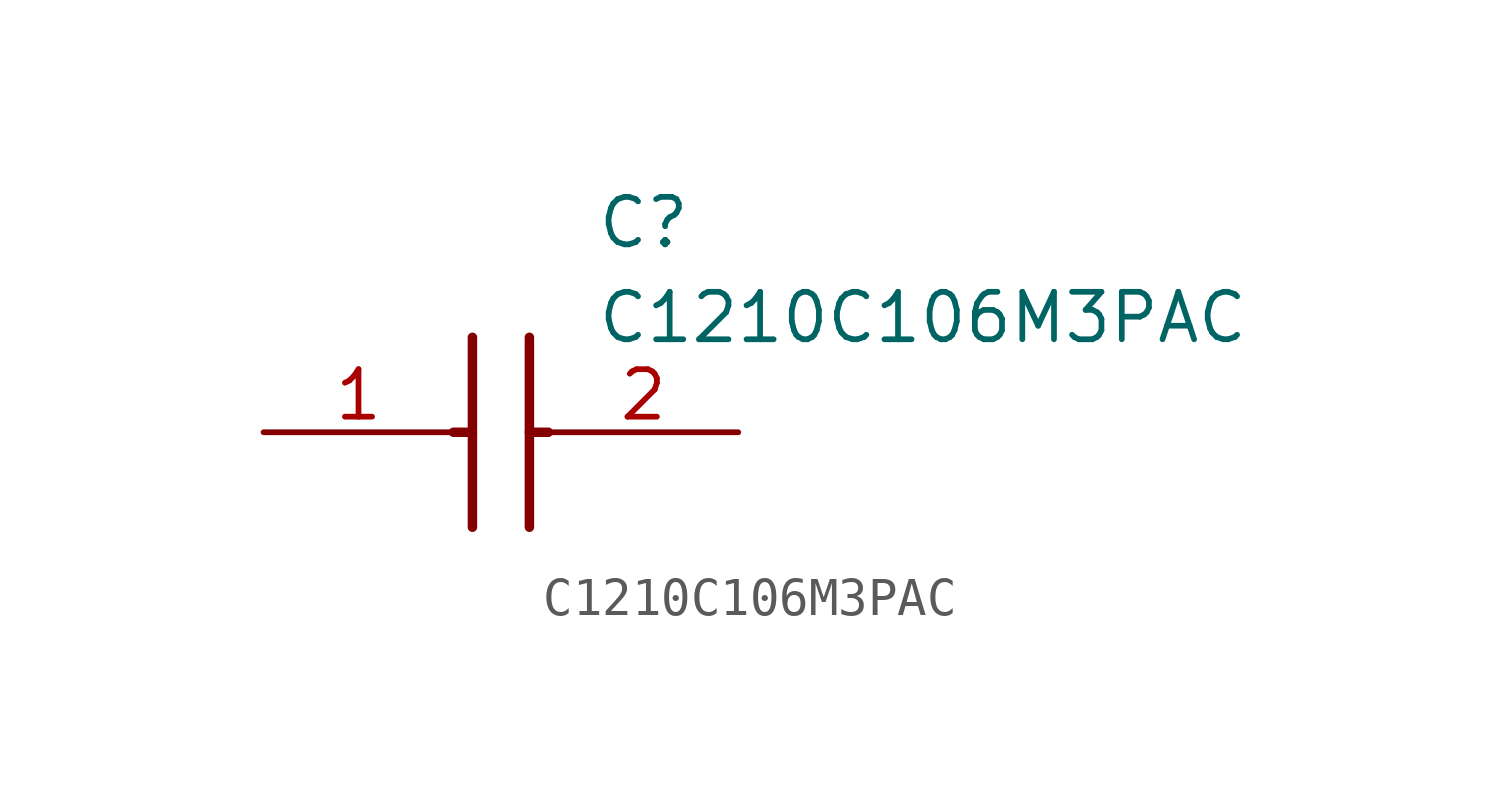
<source format=kicad_sym>
(kicad_symbol_lib
  (version 20211014)
  (generator SamacSys_ECAD_Model)
  (symbol "C1210C106M3PAC"
    (pin_names hide)
    (property "Reference" "C"
      (at 8.89 6.35 0)
      (effects (font (size 1.27 1.27)) (justify left top)))
    (property "Value" "C1210C106M3PAC"
      (at 8.89 3.81 0)
      (effects (font (size 1.27 1.27)) (justify left top)))
    (polyline
      (pts (xy 5.588 2.54) (xy 5.588 -2.54))
      (stroke (width 0.254) (type default))
      (fill (type none)))
    (polyline
      (pts (xy 7.112 2.54) (xy 7.112 -2.54))
      (stroke (width 0.254) (type default))
      (fill (type none)))
    (polyline
      (pts (xy 5.08 0) (xy 5.588 0))
      (stroke (width 0.254) (type default))
      (fill (type none)))
    (polyline
      (pts (xy 7.112 0) (xy 7.62 0))
      (stroke (width 0.254) (type default))
      (fill (type none)))
    (pin passive line
      (at 0 0 0)
      (length 5.08)
      (name "1" (effects (font (size 1.27 1.27))))
      (number "1" (effects (font (size 1.27 1.27)))))
    (pin passive line
      (at 12.7 0 180)
      (length 5.08)
      (name "2" (effects (font (size 1.27 1.27))))
      (number "2" (effects (font (size 1.27 1.27)))))))
</source>
